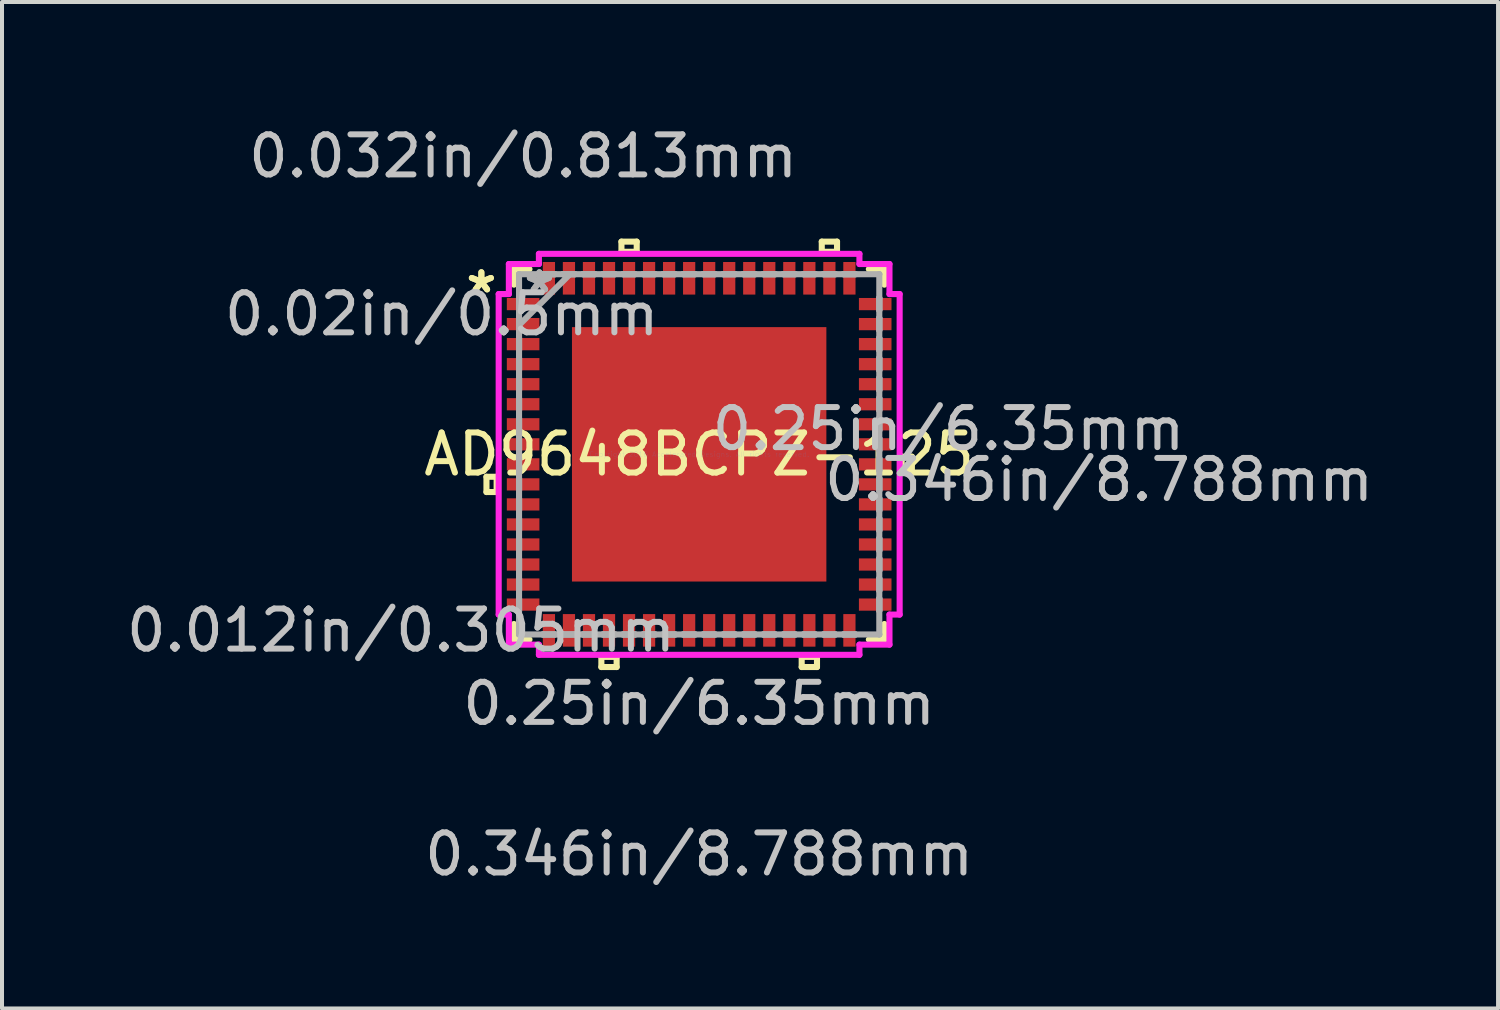
<source format=kicad_pcb>
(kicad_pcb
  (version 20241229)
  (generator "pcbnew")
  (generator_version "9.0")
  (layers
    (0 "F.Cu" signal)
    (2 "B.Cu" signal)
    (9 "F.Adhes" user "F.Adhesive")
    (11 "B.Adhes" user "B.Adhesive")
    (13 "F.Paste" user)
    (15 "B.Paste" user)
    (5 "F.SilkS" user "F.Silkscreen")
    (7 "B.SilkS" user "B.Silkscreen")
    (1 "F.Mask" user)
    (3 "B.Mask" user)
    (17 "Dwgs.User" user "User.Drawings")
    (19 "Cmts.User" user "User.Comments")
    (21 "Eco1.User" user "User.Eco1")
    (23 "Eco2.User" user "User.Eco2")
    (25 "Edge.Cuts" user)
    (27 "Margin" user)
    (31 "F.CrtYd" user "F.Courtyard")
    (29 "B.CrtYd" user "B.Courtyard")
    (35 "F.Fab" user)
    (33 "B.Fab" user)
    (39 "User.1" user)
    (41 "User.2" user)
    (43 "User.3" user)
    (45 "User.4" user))
  (footprint "AD9648BCPZ-125"
    (layer "F.Cu")
    (at 14.401 8.29)
    (property "Reference" "AD9648BCPZ-125" (at 0 0 0) (layer "F.SilkS") (effects (font (size 1 1) (thickness 0.15))))
    (attr through_hole)
    (fp_line (start -5.309 0.56) (end -5.309 0.941) (stroke (width 0.152) (type solid)) (layer "F.SilkS"))
    (fp_line (start -5.309 0.941) (end -5.055 0.941) (stroke (width 0.152) (type solid)) (layer "F.SilkS"))
    (fp_line (start -5.055 0.56) (end -5.309 0.56) (stroke (width 0.152) (type solid)) (layer "F.SilkS"))
    (fp_line (start -5.055 0.941) (end -5.055 0.56) (stroke (width 0.152) (type solid)) (layer "F.SilkS"))
    (fp_line (start -4.623 -4.623) (end -4.623 -4.235) (stroke (width 0.152) (type solid)) (layer "F.SilkS"))
    (fp_line (start -4.623 4.235) (end -4.623 4.623) (stroke (width 0.152) (type solid)) (layer "F.SilkS"))
    (fp_line (start -4.623 4.623) (end -4.235 4.623) (stroke (width 0.152) (type solid)) (layer "F.SilkS"))
    (fp_line (start -4.235 -4.623) (end -4.623 -4.623) (stroke (width 0.152) (type solid)) (layer "F.SilkS"))
    (fp_line (start -2.441 5.055) (end -2.441 5.309) (stroke (width 0.152) (type solid)) (layer "F.SilkS"))
    (fp_line (start -2.441 5.309) (end -2.06 5.309) (stroke (width 0.152) (type solid)) (layer "F.SilkS"))
    (fp_line (start -2.06 5.055) (end -2.441 5.055) (stroke (width 0.152) (type solid)) (layer "F.SilkS"))
    (fp_line (start -2.06 5.309) (end -2.06 5.055) (stroke (width 0.152) (type solid)) (layer "F.SilkS"))
    (fp_line (start -1.94 -5.309) (end -1.559 -5.309) (stroke (width 0.152) (type solid)) (layer "F.SilkS"))
    (fp_line (start -1.94 -5.055) (end -1.94 -5.309) (stroke (width 0.152) (type solid)) (layer "F.SilkS"))
    (fp_line (start -1.559 -5.309) (end -1.559 -5.055) (stroke (width 0.152) (type solid)) (layer "F.SilkS"))
    (fp_line (start -1.559 -5.055) (end -1.94 -5.055) (stroke (width 0.152) (type solid)) (layer "F.SilkS"))
    (fp_line (start 2.559 5.055) (end 2.559 5.309) (stroke (width 0.152) (type solid)) (layer "F.SilkS"))
    (fp_line (start 2.559 5.309) (end 2.941 5.309) (stroke (width 0.152) (type solid)) (layer "F.SilkS"))
    (fp_line (start 2.941 5.055) (end 2.559 5.055) (stroke (width 0.152) (type solid)) (layer "F.SilkS"))
    (fp_line (start 2.941 5.309) (end 2.941 5.055) (stroke (width 0.152) (type solid)) (layer "F.SilkS"))
    (fp_line (start 3.06 -5.309) (end 3.441 -5.309) (stroke (width 0.152) (type solid)) (layer "F.SilkS"))
    (fp_line (start 3.06 -5.055) (end 3.06 -5.309) (stroke (width 0.152) (type solid)) (layer "F.SilkS"))
    (fp_line (start 3.441 -5.309) (end 3.441 -5.055) (stroke (width 0.152) (type solid)) (layer "F.SilkS"))
    (fp_line (start 3.441 -5.055) (end 3.06 -5.055) (stroke (width 0.152) (type solid)) (layer "F.SilkS"))
    (fp_line (start 4.235 4.623) (end 4.623 4.623) (stroke (width 0.152) (type solid)) (layer "F.SilkS"))
    (fp_line (start 4.623 -4.623) (end 4.235 -4.623) (stroke (width 0.152) (type solid)) (layer "F.SilkS"))
    (fp_line (start 4.623 -4.235) (end 4.623 -4.623) (stroke (width 0.152) (type solid)) (layer "F.SilkS"))
    (fp_line (start 4.623 4.623) (end 4.623 4.235) (stroke (width 0.152) (type solid)) (layer "F.SilkS"))
    (fp_line (start 5.055 0.059) (end 5.309 0.059) (stroke (width 0.152) (type solid)) (layer "F.SilkS"))
    (fp_line (start 5.055 0.441) (end 5.055 0.059) (stroke (width 0.152) (type solid)) (layer "F.SilkS"))
    (fp_line (start 5.309 0.059) (end 5.309 0.441) (stroke (width 0.152) (type solid)) (layer "F.SilkS"))
    (fp_line (start 5.309 0.441) (end 5.055 0.441) (stroke (width 0.152) (type solid)) (layer "F.SilkS"))
    (fp_line (start -3.075 -3.075) (end -3.075 -2.005) (stroke (width 0.152) (type solid)) (layer "F.Paste"))
    (fp_line (start -3.075 -2.005) (end -2.005 -2.005) (stroke (width 0.152) (type solid)) (layer "F.Paste"))
    (fp_line (start -3.075 -1.805) (end -3.075 -0.735) (stroke (width 0.152) (type solid)) (layer "F.Paste"))
    (fp_line (start -3.075 -0.735) (end -2.005 -0.735) (stroke (width 0.152) (type solid)) (layer "F.Paste"))
    (fp_line (start -3.075 -0.535) (end -3.075 0.535) (stroke (width 0.152) (type solid)) (layer "F.Paste"))
    (fp_line (start -3.075 0.535) (end -2.005 0.535) (stroke (width 0.152) (type solid)) (layer "F.Paste"))
    (fp_line (start -3.075 0.735) (end -3.075 1.805) (stroke (width 0.152) (type solid)) (layer "F.Paste"))
    (fp_line (start -3.075 1.805) (end -2.005 1.805) (stroke (width 0.152) (type solid)) (layer "F.Paste"))
    (fp_line (start -3.075 2.005) (end -3.075 3.075) (stroke (width 0.152) (type solid)) (layer "F.Paste"))
    (fp_line (start -3.075 3.075) (end -2.005 3.075) (stroke (width 0.152) (type solid)) (layer "F.Paste"))
    (fp_line (start -2.005 -3.075) (end -3.075 -3.075) (stroke (width 0.152) (type solid)) (layer "F.Paste"))
    (fp_line (start -2.005 -2.005) (end -2.005 -3.075) (stroke (width 0.152) (type solid)) (layer "F.Paste"))
    (fp_line (start -2.005 -1.805) (end -3.075 -1.805) (stroke (width 0.152) (type solid)) (layer "F.Paste"))
    (fp_line (start -2.005 -0.735) (end -2.005 -1.805) (stroke (width 0.152) (type solid)) (layer "F.Paste"))
    (fp_line (start -2.005 -0.535) (end -3.075 -0.535) (stroke (width 0.152) (type solid)) (layer "F.Paste"))
    (fp_line (start -2.005 0.535) (end -2.005 -0.535) (stroke (width 0.152) (type solid)) (layer "F.Paste"))
    (fp_line (start -2.005 0.735) (end -3.075 0.735) (stroke (width 0.152) (type solid)) (layer "F.Paste"))
    (fp_line (start -2.005 1.805) (end -2.005 0.735) (stroke (width 0.152) (type solid)) (layer "F.Paste"))
    (fp_line (start -2.005 2.005) (end -3.075 2.005) (stroke (width 0.152) (type solid)) (layer "F.Paste"))
    (fp_line (start -2.005 3.075) (end -2.005 2.005) (stroke (width 0.152) (type solid)) (layer "F.Paste"))
    (fp_line (start -1.805 -3.075) (end -1.805 -2.005) (stroke (width 0.152) (type solid)) (layer "F.Paste"))
    (fp_line (start -1.805 -2.005) (end -0.735 -2.005) (stroke (width 0.152) (type solid)) (layer "F.Paste"))
    (fp_line (start -1.805 -1.805) (end -1.805 -0.735) (stroke (width 0.152) (type solid)) (layer "F.Paste"))
    (fp_line (start -1.805 -0.735) (end -0.735 -0.735) (stroke (width 0.152) (type solid)) (layer "F.Paste"))
    (fp_line (start -1.805 -0.535) (end -1.805 0.535) (stroke (width 0.152) (type solid)) (layer "F.Paste"))
    (fp_line (start -1.805 0.535) (end -0.735 0.535) (stroke (width 0.152) (type solid)) (layer "F.Paste"))
    (fp_line (start -1.805 0.735) (end -1.805 1.805) (stroke (width 0.152) (type solid)) (layer "F.Paste"))
    (fp_line (start -1.805 1.805) (end -0.735 1.805) (stroke (width 0.152) (type solid)) (layer "F.Paste"))
    (fp_line (start -1.805 2.005) (end -1.805 3.075) (stroke (width 0.152) (type solid)) (layer "F.Paste"))
    (fp_line (start -1.805 3.075) (end -0.735 3.075) (stroke (width 0.152) (type solid)) (layer "F.Paste"))
    (fp_line (start -0.735 -3.075) (end -1.805 -3.075) (stroke (width 0.152) (type solid)) (layer "F.Paste"))
    (fp_line (start -0.735 -2.005) (end -0.735 -3.075) (stroke (width 0.152) (type solid)) (layer "F.Paste"))
    (fp_line (start -0.735 -1.805) (end -1.805 -1.805) (stroke (width 0.152) (type solid)) (layer "F.Paste"))
    (fp_line (start -0.735 -0.735) (end -0.735 -1.805) (stroke (width 0.152) (type solid)) (layer "F.Paste"))
    (fp_line (start -0.735 -0.535) (end -1.805 -0.535) (stroke (width 0.152) (type solid)) (layer "F.Paste"))
    (fp_line (start -0.735 0.535) (end -0.735 -0.535) (stroke (width 0.152) (type solid)) (layer "F.Paste"))
    (fp_line (start -0.735 0.735) (end -1.805 0.735) (stroke (width 0.152) (type solid)) (layer "F.Paste"))
    (fp_line (start -0.735 1.805) (end -0.735 0.735) (stroke (width 0.152) (type solid)) (layer "F.Paste"))
    (fp_line (start -0.735 2.005) (end -1.805 2.005) (stroke (width 0.152) (type solid)) (layer "F.Paste"))
    (fp_line (start -0.735 3.075) (end -0.735 2.005) (stroke (width 0.152) (type solid)) (layer "F.Paste"))
    (fp_line (start -0.535 -3.075) (end -0.535 -2.005) (stroke (width 0.152) (type solid)) (layer "F.Paste"))
    (fp_line (start -0.535 -2.005) (end 0.535 -2.005) (stroke (width 0.152) (type solid)) (layer "F.Paste"))
    (fp_line (start -0.535 -1.805) (end -0.535 -0.735) (stroke (width 0.152) (type solid)) (layer "F.Paste"))
    (fp_line (start -0.535 -0.735) (end 0.535 -0.735) (stroke (width 0.152) (type solid)) (layer "F.Paste"))
    (fp_line (start -0.535 -0.535) (end -0.535 0.535) (stroke (width 0.152) (type solid)) (layer "F.Paste"))
    (fp_line (start -0.535 0.535) (end 0.535 0.535) (stroke (width 0.152) (type solid)) (layer "F.Paste"))
    (fp_line (start -0.535 0.735) (end -0.535 1.805) (stroke (width 0.152) (type solid)) (layer "F.Paste"))
    (fp_line (start -0.535 1.805) (end 0.535 1.805) (stroke (width 0.152) (type solid)) (layer "F.Paste"))
    (fp_line (start -0.535 2.005) (end -0.535 3.075) (stroke (width 0.152) (type solid)) (layer "F.Paste"))
    (fp_line (start -0.535 3.075) (end 0.535 3.075) (stroke (width 0.152) (type solid)) (layer "F.Paste"))
    (fp_line (start 0.535 -3.075) (end -0.535 -3.075) (stroke (width 0.152) (type solid)) (layer "F.Paste"))
    (fp_line (start 0.535 -2.005) (end 0.535 -3.075) (stroke (width 0.152) (type solid)) (layer "F.Paste"))
    (fp_line (start 0.535 -1.805) (end -0.535 -1.805) (stroke (width 0.152) (type solid)) (layer "F.Paste"))
    (fp_line (start 0.535 -0.735) (end 0.535 -1.805) (stroke (width 0.152) (type solid)) (layer "F.Paste"))
    (fp_line (start 0.535 -0.535) (end -0.535 -0.535) (stroke (width 0.152) (type solid)) (layer "F.Paste"))
    (fp_line (start 0.535 0.535) (end 0.535 -0.535) (stroke (width 0.152) (type solid)) (layer "F.Paste"))
    (fp_line (start 0.535 0.735) (end -0.535 0.735) (stroke (width 0.152) (type solid)) (layer "F.Paste"))
    (fp_line (start 0.535 1.805) (end 0.535 0.735) (stroke (width 0.152) (type solid)) (layer "F.Paste"))
    (fp_line (start 0.535 2.005) (end -0.535 2.005) (stroke (width 0.152) (type solid)) (layer "F.Paste"))
    (fp_line (start 0.535 3.075) (end 0.535 2.005) (stroke (width 0.152) (type solid)) (layer "F.Paste"))
    (fp_line (start 0.735 -3.075) (end 0.735 -2.005) (stroke (width 0.152) (type solid)) (layer "F.Paste"))
    (fp_line (start 0.735 -2.005) (end 1.805 -2.005) (stroke (width 0.152) (type solid)) (layer "F.Paste"))
    (fp_line (start 0.735 -1.805) (end 0.735 -0.735) (stroke (width 0.152) (type solid)) (layer "F.Paste"))
    (fp_line (start 0.735 -0.735) (end 1.805 -0.735) (stroke (width 0.152) (type solid)) (layer "F.Paste"))
    (fp_line (start 0.735 -0.535) (end 0.735 0.535) (stroke (width 0.152) (type solid)) (layer "F.Paste"))
    (fp_line (start 0.735 0.535) (end 1.805 0.535) (stroke (width 0.152) (type solid)) (layer "F.Paste"))
    (fp_line (start 0.735 0.735) (end 0.735 1.805) (stroke (width 0.152) (type solid)) (layer "F.Paste"))
    (fp_line (start 0.735 1.805) (end 1.805 1.805) (stroke (width 0.152) (type solid)) (layer "F.Paste"))
    (fp_line (start 0.735 2.005) (end 0.735 3.075) (stroke (width 0.152) (type solid)) (layer "F.Paste"))
    (fp_line (start 0.735 3.075) (end 1.805 3.075) (stroke (width 0.152) (type solid)) (layer "F.Paste"))
    (fp_line (start 1.805 -3.075) (end 0.735 -3.075) (stroke (width 0.152) (type solid)) (layer "F.Paste"))
    (fp_line (start 1.805 -2.005) (end 1.805 -3.075) (stroke (width 0.152) (type solid)) (layer "F.Paste"))
    (fp_line (start 1.805 -1.805) (end 0.735 -1.805) (stroke (width 0.152) (type solid)) (layer "F.Paste"))
    (fp_line (start 1.805 -0.735) (end 1.805 -1.805) (stroke (width 0.152) (type solid)) (layer "F.Paste"))
    (fp_line (start 1.805 -0.535) (end 0.735 -0.535) (stroke (width 0.152) (type solid)) (layer "F.Paste"))
    (fp_line (start 1.805 0.535) (end 1.805 -0.535) (stroke (width 0.152) (type solid)) (layer "F.Paste"))
    (fp_line (start 1.805 0.735) (end 0.735 0.735) (stroke (width 0.152) (type solid)) (layer "F.Paste"))
    (fp_line (start 1.805 1.805) (end 1.805 0.735) (stroke (width 0.152) (type solid)) (layer "F.Paste"))
    (fp_line (start 1.805 2.005) (end 0.735 2.005) (stroke (width 0.152) (type solid)) (layer "F.Paste"))
    (fp_line (start 1.805 3.075) (end 1.805 2.005) (stroke (width 0.152) (type solid)) (layer "F.Paste"))
    (fp_line (start 2.005 -3.075) (end 2.005 -2.005) (stroke (width 0.152) (type solid)) (layer "F.Paste"))
    (fp_line (start 2.005 -2.005) (end 3.075 -2.005) (stroke (width 0.152) (type solid)) (layer "F.Paste"))
    (fp_line (start 2.005 -1.805) (end 2.005 -0.735) (stroke (width 0.152) (type solid)) (layer "F.Paste"))
    (fp_line (start 2.005 -0.735) (end 3.075 -0.735) (stroke (width 0.152) (type solid)) (layer "F.Paste"))
    (fp_line (start 2.005 -0.535) (end 2.005 0.535) (stroke (width 0.152) (type solid)) (layer "F.Paste"))
    (fp_line (start 2.005 0.535) (end 3.075 0.535) (stroke (width 0.152) (type solid)) (layer "F.Paste"))
    (fp_line (start 2.005 0.735) (end 2.005 1.805) (stroke (width 0.152) (type solid)) (layer "F.Paste"))
    (fp_line (start 2.005 1.805) (end 3.075 1.805) (stroke (width 0.152) (type solid)) (layer "F.Paste"))
    (fp_line (start 2.005 2.005) (end 2.005 3.075) (stroke (width 0.152) (type solid)) (layer "F.Paste"))
    (fp_line (start 2.005 3.075) (end 3.075 3.075) (stroke (width 0.152) (type solid)) (layer "F.Paste"))
    (fp_line (start 3.075 -3.075) (end 2.005 -3.075) (stroke (width 0.152) (type solid)) (layer "F.Paste"))
    (fp_line (start 3.075 -2.005) (end 3.075 -3.075) (stroke (width 0.152) (type solid)) (layer "F.Paste"))
    (fp_line (start 3.075 -1.805) (end 2.005 -1.805) (stroke (width 0.152) (type solid)) (layer "F.Paste"))
    (fp_line (start 3.075 -0.735) (end 3.075 -1.805) (stroke (width 0.152) (type solid)) (layer "F.Paste"))
    (fp_line (start 3.075 -0.535) (end 2.005 -0.535) (stroke (width 0.152) (type solid)) (layer "F.Paste"))
    (fp_line (start 3.075 0.535) (end 3.075 -0.535) (stroke (width 0.152) (type solid)) (layer "F.Paste"))
    (fp_line (start 3.075 0.735) (end 2.005 0.735) (stroke (width 0.152) (type solid)) (layer "F.Paste"))
    (fp_line (start 3.075 1.805) (end 3.075 0.735) (stroke (width 0.152) (type solid)) (layer "F.Paste"))
    (fp_line (start 3.075 2.005) (end 2.005 2.005) (stroke (width 0.152) (type solid)) (layer "F.Paste"))
    (fp_line (start 3.075 3.075) (end 3.075 2.005) (stroke (width 0.152) (type solid)) (layer "F.Paste"))
    (fp_line (start -5.004 -4) (end -4.75 -4) (stroke (width 0.152) (type solid)) (layer "F.CrtYd"))
    (fp_line (start -5.004 4) (end -5.004 -4) (stroke (width 0.152) (type solid)) (layer "F.CrtYd"))
    (fp_line (start -4.75 -4.75) (end -4 -4.75) (stroke (width 0.152) (type solid)) (layer "F.CrtYd"))
    (fp_line (start -4.75 -4) (end -4.75 -4.75) (stroke (width 0.152) (type solid)) (layer "F.CrtYd"))
    (fp_line (start -4.75 4) (end -5.004 4) (stroke (width 0.152) (type solid)) (layer "F.CrtYd"))
    (fp_line (start -4.75 4.75) (end -4.75 4) (stroke (width 0.152) (type solid)) (layer "F.CrtYd"))
    (fp_line (start -4 -5.004) (end 4 -5.004) (stroke (width 0.152) (type solid)) (layer "F.CrtYd"))
    (fp_line (start -4 -4.75) (end -4 -5.004) (stroke (width 0.152) (type solid)) (layer "F.CrtYd"))
    (fp_line (start -4 4.75) (end -4.75 4.75) (stroke (width 0.152) (type solid)) (layer "F.CrtYd"))
    (fp_line (start -4 5.004) (end -4 4.75) (stroke (width 0.152) (type solid)) (layer "F.CrtYd"))
    (fp_line (start 4 -5.004) (end 4 -4.75) (stroke (width 0.152) (type solid)) (layer "F.CrtYd"))
    (fp_line (start 4 -4.75) (end 4.75 -4.75) (stroke (width 0.152) (type solid)) (layer "F.CrtYd"))
    (fp_line (start 4 4.75) (end 4 5.004) (stroke (width 0.152) (type solid)) (layer "F.CrtYd"))
    (fp_line (start 4 5.004) (end -4 5.004) (stroke (width 0.152) (type solid)) (layer "F.CrtYd"))
    (fp_line (start 4.75 -4.75) (end 4.75 -4) (stroke (width 0.152) (type solid)) (layer "F.CrtYd"))
    (fp_line (start 4.75 -4) (end 5.004 -4) (stroke (width 0.152) (type solid)) (layer "F.CrtYd"))
    (fp_line (start 4.75 4) (end 4.75 4.75) (stroke (width 0.152) (type solid)) (layer "F.CrtYd"))
    (fp_line (start 4.75 4.75) (end 4 4.75) (stroke (width 0.152) (type solid)) (layer "F.CrtYd"))
    (fp_line (start 5.004 -4) (end 5.004 4) (stroke (width 0.152) (type solid)) (layer "F.CrtYd"))
    (fp_line (start 5.004 4) (end 4.75 4) (stroke (width 0.152) (type solid)) (layer "F.CrtYd"))
    (fp_line (start -4.496 -4.496) (end -4.496 -4.496) (stroke (width 0.152) (type solid)) (layer "F.Fab"))
    (fp_line (start -4.496 -4.496) (end -4.496 4.496) (stroke (width 0.152) (type solid)) (layer "F.Fab"))
    (fp_line (start -4.496 -3.902) (end -4.496 -3.902) (stroke (width 0.152) (type solid)) (layer "F.Fab"))
    (fp_line (start -4.496 -3.902) (end -4.496 -3.598) (stroke (width 0.152) (type solid)) (layer "F.Fab"))
    (fp_line (start -4.496 -3.598) (end -4.496 -3.902) (stroke (width 0.152) (type solid)) (layer "F.Fab"))
    (fp_line (start -4.496 -3.598) (end -4.496 -3.598) (stroke (width 0.152) (type solid)) (layer "F.Fab"))
    (fp_line (start -4.496 -3.402) (end -4.496 -3.402) (stroke (width 0.152) (type solid)) (layer "F.Fab"))
    (fp_line (start -4.496 -3.402) (end -4.496 -3.098) (stroke (width 0.152) (type solid)) (layer "F.Fab"))
    (fp_line (start -4.496 -3.226) (end -3.226 -4.496) (stroke (width 0.152) (type solid)) (layer "F.Fab"))
    (fp_line (start -4.496 -3.098) (end -4.496 -3.402) (stroke (width 0.152) (type solid)) (layer "F.Fab"))
    (fp_line (start -4.496 -3.098) (end -4.496 -3.098) (stroke (width 0.152) (type solid)) (layer "F.Fab"))
    (fp_line (start -4.496 -2.902) (end -4.496 -2.902) (stroke (width 0.152) (type solid)) (layer "F.Fab"))
    (fp_line (start -4.496 -2.902) (end -4.496 -2.598) (stroke (width 0.152) (type solid)) (layer "F.Fab"))
    (fp_line (start -4.496 -2.598) (end -4.496 -2.902) (stroke (width 0.152) (type solid)) (layer "F.Fab"))
    (fp_line (start -4.496 -2.598) (end -4.496 -2.598) (stroke (width 0.152) (type solid)) (layer "F.Fab"))
    (fp_line (start -4.496 -2.402) (end -4.496 -2.402) (stroke (width 0.152) (type solid)) (layer "F.Fab"))
    (fp_line (start -4.496 -2.402) (end -4.496 -2.098) (stroke (width 0.152) (type solid)) (layer "F.Fab"))
    (fp_line (start -4.496 -2.098) (end -4.496 -2.402) (stroke (width 0.152) (type solid)) (layer "F.Fab"))
    (fp_line (start -4.496 -2.098) (end -4.496 -2.098) (stroke (width 0.152) (type solid)) (layer "F.Fab"))
    (fp_line (start -4.496 -1.902) (end -4.496 -1.902) (stroke (width 0.152) (type solid)) (layer "F.Fab"))
    (fp_line (start -4.496 -1.902) (end -4.496 -1.598) (stroke (width 0.152) (type solid)) (layer "F.Fab"))
    (fp_line (start -4.496 -1.598) (end -4.496 -1.902) (stroke (width 0.152) (type solid)) (layer "F.Fab"))
    (fp_line (start -4.496 -1.598) (end -4.496 -1.598) (stroke (width 0.152) (type solid)) (layer "F.Fab"))
    (fp_line (start -4.496 -1.402) (end -4.496 -1.402) (stroke (width 0.152) (type solid)) (layer "F.Fab"))
    (fp_line (start -4.496 -1.402) (end -4.496 -1.098) (stroke (width 0.152) (type solid)) (layer "F.Fab"))
    (fp_line (start -4.496 -1.098) (end -4.496 -1.402) (stroke (width 0.152) (type solid)) (layer "F.Fab"))
    (fp_line (start -4.496 -1.098) (end -4.496 -1.098) (stroke (width 0.152) (type solid)) (layer "F.Fab"))
    (fp_line (start -4.496 -0.902) (end -4.496 -0.902) (stroke (width 0.152) (type solid)) (layer "F.Fab"))
    (fp_line (start -4.496 -0.902) (end -4.496 -0.598) (stroke (width 0.152) (type solid)) (layer "F.Fab"))
    (fp_line (start -4.496 -0.598) (end -4.496 -0.902) (stroke (width 0.152) (type solid)) (layer "F.Fab"))
    (fp_line (start -4.496 -0.598) (end -4.496 -0.598) (stroke (width 0.152) (type solid)) (layer "F.Fab"))
    (fp_line (start -4.496 -0.402) (end -4.496 -0.402) (stroke (width 0.152) (type solid)) (layer "F.Fab"))
    (fp_line (start -4.496 -0.402) (end -4.496 -0.098) (stroke (width 0.152) (type solid)) (layer "F.Fab"))
    (fp_line (start -4.496 -0.098) (end -4.496 -0.402) (stroke (width 0.152) (type solid)) (layer "F.Fab"))
    (fp_line (start -4.496 -0.098) (end -4.496 -0.098) (stroke (width 0.152) (type solid)) (layer "F.Fab"))
    (fp_line (start -4.496 0.098) (end -4.496 0.098) (stroke (width 0.152) (type solid)) (layer "F.Fab"))
    (fp_line (start -4.496 0.098) (end -4.496 0.402) (stroke (width 0.152) (type solid)) (layer "F.Fab"))
    (fp_line (start -4.496 0.402) (end -4.496 0.098) (stroke (width 0.152) (type solid)) (layer "F.Fab"))
    (fp_line (start -4.496 0.402) (end -4.496 0.402) (stroke (width 0.152) (type solid)) (layer "F.Fab"))
    (fp_line (start -4.496 0.598) (end -4.496 0.598) (stroke (width 0.152) (type solid)) (layer "F.Fab"))
    (fp_line (start -4.496 0.598) (end -4.496 0.902) (stroke (width 0.152) (type solid)) (layer "F.Fab"))
    (fp_line (start -4.496 0.902) (end -4.496 0.598) (stroke (width 0.152) (type solid)) (layer "F.Fab"))
    (fp_line (start -4.496 0.902) (end -4.496 0.902) (stroke (width 0.152) (type solid)) (layer "F.Fab"))
    (fp_line (start -4.496 1.098) (end -4.496 1.098) (stroke (width 0.152) (type solid)) (layer "F.Fab"))
    (fp_line (start -4.496 1.098) (end -4.496 1.402) (stroke (width 0.152) (type solid)) (layer "F.Fab"))
    (fp_line (start -4.496 1.402) (end -4.496 1.098) (stroke (width 0.152) (type solid)) (layer "F.Fab"))
    (fp_line (start -4.496 1.402) (end -4.496 1.402) (stroke (width 0.152) (type solid)) (layer "F.Fab"))
    (fp_line (start -4.496 1.598) (end -4.496 1.598) (stroke (width 0.152) (type solid)) (layer "F.Fab"))
    (fp_line (start -4.496 1.598) (end -4.496 1.902) (stroke (width 0.152) (type solid)) (layer "F.Fab"))
    (fp_line (start -4.496 1.902) (end -4.496 1.598) (stroke (width 0.152) (type solid)) (layer "F.Fab"))
    (fp_line (start -4.496 1.902) (end -4.496 1.902) (stroke (width 0.152) (type solid)) (layer "F.Fab"))
    (fp_line (start -4.496 2.098) (end -4.496 2.098) (stroke (width 0.152) (type solid)) (layer "F.Fab"))
    (fp_line (start -4.496 2.098) (end -4.496 2.402) (stroke (width 0.152) (type solid)) (layer "F.Fab"))
    (fp_line (start -4.496 2.402) (end -4.496 2.098) (stroke (width 0.152) (type solid)) (layer "F.Fab"))
    (fp_line (start -4.496 2.402) (end -4.496 2.402) (stroke (width 0.152) (type solid)) (layer "F.Fab"))
    (fp_line (start -4.496 2.598) (end -4.496 2.598) (stroke (width 0.152) (type solid)) (layer "F.Fab"))
    (fp_line (start -4.496 2.598) (end -4.496 2.902) (stroke (width 0.152) (type solid)) (layer "F.Fab"))
    (fp_line (start -4.496 2.902) (end -4.496 2.598) (stroke (width 0.152) (type solid)) (layer "F.Fab"))
    (fp_line (start -4.496 2.902) (end -4.496 2.902) (stroke (width 0.152) (type solid)) (layer "F.Fab"))
    (fp_line (start -4.496 3.098) (end -4.496 3.098) (stroke (width 0.152) (type solid)) (layer "F.Fab"))
    (fp_line (start -4.496 3.098) (end -4.496 3.402) (stroke (width 0.152) (type solid)) (layer "F.Fab"))
    (fp_line (start -4.496 3.402) (end -4.496 3.098) (stroke (width 0.152) (type solid)) (layer "F.Fab"))
    (fp_line (start -4.496 3.402) (end -4.496 3.402) (stroke (width 0.152) (type solid)) (layer "F.Fab"))
    (fp_line (start -4.496 3.598) (end -4.496 3.598) (stroke (width 0.152) (type solid)) (layer "F.Fab"))
    (fp_line (start -4.496 3.598) (end -4.496 3.902) (stroke (width 0.152) (type solid)) (layer "F.Fab"))
    (fp_line (start -4.496 3.902) (end -4.496 3.598) (stroke (width 0.152) (type solid)) (layer "F.Fab"))
    (fp_line (start -4.496 3.902) (end -4.496 3.902) (stroke (width 0.152) (type solid)) (layer "F.Fab"))
    (fp_line (start -4.496 4.496) (end -4.496 4.496) (stroke (width 0.152) (type solid)) (layer "F.Fab"))
    (fp_line (start -4.496 4.496) (end 4.496 4.496) (stroke (width 0.152) (type solid)) (layer "F.Fab"))
    (fp_line (start -3.902 -4.496) (end -3.902 -4.496) (stroke (width 0.152) (type solid)) (layer "F.Fab"))
    (fp_line (start -3.902 -4.496) (end -3.598 -4.496) (stroke (width 0.152) (type solid)) (layer "F.Fab"))
    (fp_line (start -3.902 4.496) (end -3.902 4.496) (stroke (width 0.152) (type solid)) (layer "F.Fab"))
    (fp_line (start -3.902 4.496) (end -3.598 4.496) (stroke (width 0.152) (type solid)) (layer "F.Fab"))
    (fp_line (start -3.598 -4.496) (end -3.902 -4.496) (stroke (width 0.152) (type solid)) (layer "F.Fab"))
    (fp_line (start -3.598 -4.496) (end -3.598 -4.496) (stroke (width 0.152) (type solid)) (layer "F.Fab"))
    (fp_line (start -3.598 4.496) (end -3.902 4.496) (stroke (width 0.152) (type solid)) (layer "F.Fab"))
    (fp_line (start -3.598 4.496) (end -3.598 4.496) (stroke (width 0.152) (type solid)) (layer "F.Fab"))
    (fp_line (start -3.402 -4.496) (end -3.402 -4.496) (stroke (width 0.152) (type solid)) (layer "F.Fab"))
    (fp_line (start -3.402 -4.496) (end -3.098 -4.496) (stroke (width 0.152) (type solid)) (layer "F.Fab"))
    (fp_line (start -3.402 4.496) (end -3.402 4.496) (stroke (width 0.152) (type solid)) (layer "F.Fab"))
    (fp_line (start -3.402 4.496) (end -3.098 4.496) (stroke (width 0.152) (type solid)) (layer "F.Fab"))
    (fp_line (start -3.098 -4.496) (end -3.402 -4.496) (stroke (width 0.152) (type solid)) (layer "F.Fab"))
    (fp_line (start -3.098 -4.496) (end -3.098 -4.496) (stroke (width 0.152) (type solid)) (layer "F.Fab"))
    (fp_line (start -3.098 4.496) (end -3.402 4.496) (stroke (width 0.152) (type solid)) (layer "F.Fab"))
    (fp_line (start -3.098 4.496) (end -3.098 4.496) (stroke (width 0.152) (type solid)) (layer "F.Fab"))
    (fp_line (start -2.902 -4.496) (end -2.902 -4.496) (stroke (width 0.152) (type solid)) (layer "F.Fab"))
    (fp_line (start -2.902 -4.496) (end -2.598 -4.496) (stroke (width 0.152) (type solid)) (layer "F.Fab"))
    (fp_line (start -2.902 4.496) (end -2.902 4.496) (stroke (width 0.152) (type solid)) (layer "F.Fab"))
    (fp_line (start -2.902 4.496) (end -2.598 4.496) (stroke (width 0.152) (type solid)) (layer "F.Fab"))
    (fp_line (start -2.598 -4.496) (end -2.902 -4.496) (stroke (width 0.152) (type solid)) (layer "F.Fab"))
    (fp_line (start -2.598 -4.496) (end -2.598 -4.496) (stroke (width 0.152) (type solid)) (layer "F.Fab"))
    (fp_line (start -2.598 4.496) (end -2.902 4.496) (stroke (width 0.152) (type solid)) (layer "F.Fab"))
    (fp_line (start -2.598 4.496) (end -2.598 4.496) (stroke (width 0.152) (type solid)) (layer "F.Fab"))
    (fp_line (start -2.402 -4.496) (end -2.402 -4.496) (stroke (width 0.152) (type solid)) (layer "F.Fab"))
    (fp_line (start -2.402 -4.496) (end -2.098 -4.496) (stroke (width 0.152) (type solid)) (layer "F.Fab"))
    (fp_line (start -2.402 4.496) (end -2.402 4.496) (stroke (width 0.152) (type solid)) (layer "F.Fab"))
    (fp_line (start -2.402 4.496) (end -2.098 4.496) (stroke (width 0.152) (type solid)) (layer "F.Fab"))
    (fp_line (start -2.098 -4.496) (end -2.402 -4.496) (stroke (width 0.152) (type solid)) (layer "F.Fab"))
    (fp_line (start -2.098 -4.496) (end -2.098 -4.496) (stroke (width 0.152) (type solid)) (layer "F.Fab"))
    (fp_line (start -2.098 4.496) (end -2.402 4.496) (stroke (width 0.152) (type solid)) (layer "F.Fab"))
    (fp_line (start -2.098 4.496) (end -2.098 4.496) (stroke (width 0.152) (type solid)) (layer "F.Fab"))
    (fp_line (start -1.902 -4.496) (end -1.902 -4.496) (stroke (width 0.152) (type solid)) (layer "F.Fab"))
    (fp_line (start -1.902 -4.496) (end -1.598 -4.496) (stroke (width 0.152) (type solid)) (layer "F.Fab"))
    (fp_line (start -1.902 4.496) (end -1.902 4.496) (stroke (width 0.152) (type solid)) (layer "F.Fab"))
    (fp_line (start -1.902 4.496) (end -1.598 4.496) (stroke (width 0.152) (type solid)) (layer "F.Fab"))
    (fp_line (start -1.598 -4.496) (end -1.902 -4.496) (stroke (width 0.152) (type solid)) (layer "F.Fab"))
    (fp_line (start -1.598 -4.496) (end -1.598 -4.496) (stroke (width 0.152) (type solid)) (layer "F.Fab"))
    (fp_line (start -1.598 4.496) (end -1.902 4.496) (stroke (width 0.152) (type solid)) (layer "F.Fab"))
    (fp_line (start -1.598 4.496) (end -1.598 4.496) (stroke (width 0.152) (type solid)) (layer "F.Fab"))
    (fp_line (start -1.402 -4.496) (end -1.402 -4.496) (stroke (width 0.152) (type solid)) (layer "F.Fab"))
    (fp_line (start -1.402 -4.496) (end -1.098 -4.496) (stroke (width 0.152) (type solid)) (layer "F.Fab"))
    (fp_line (start -1.402 4.496) (end -1.402 4.496) (stroke (width 0.152) (type solid)) (layer "F.Fab"))
    (fp_line (start -1.402 4.496) (end -1.098 4.496) (stroke (width 0.152) (type solid)) (layer "F.Fab"))
    (fp_line (start -1.098 -4.496) (end -1.402 -4.496) (stroke (width 0.152) (type solid)) (layer "F.Fab"))
    (fp_line (start -1.098 -4.496) (end -1.098 -4.496) (stroke (width 0.152) (type solid)) (layer "F.Fab"))
    (fp_line (start -1.098 4.496) (end -1.402 4.496) (stroke (width 0.152) (type solid)) (layer "F.Fab"))
    (fp_line (start -1.098 4.496) (end -1.098 4.496) (stroke (width 0.152) (type solid)) (layer "F.Fab"))
    (fp_line (start -0.902 -4.496) (end -0.902 -4.496) (stroke (width 0.152) (type solid)) (layer "F.Fab"))
    (fp_line (start -0.902 -4.496) (end -0.598 -4.496) (stroke (width 0.152) (type solid)) (layer "F.Fab"))
    (fp_line (start -0.902 4.496) (end -0.902 4.496) (stroke (width 0.152) (type solid)) (layer "F.Fab"))
    (fp_line (start -0.902 4.496) (end -0.598 4.496) (stroke (width 0.152) (type solid)) (layer "F.Fab"))
    (fp_line (start -0.598 -4.496) (end -0.902 -4.496) (stroke (width 0.152) (type solid)) (layer "F.Fab"))
    (fp_line (start -0.598 -4.496) (end -0.598 -4.496) (stroke (width 0.152) (type solid)) (layer "F.Fab"))
    (fp_line (start -0.598 4.496) (end -0.902 4.496) (stroke (width 0.152) (type solid)) (layer "F.Fab"))
    (fp_line (start -0.598 4.496) (end -0.598 4.496) (stroke (width 0.152) (type solid)) (layer "F.Fab"))
    (fp_line (start -0.402 -4.496) (end -0.402 -4.496) (stroke (width 0.152) (type solid)) (layer "F.Fab"))
    (fp_line (start -0.402 -4.496) (end -0.098 -4.496) (stroke (width 0.152) (type solid)) (layer "F.Fab"))
    (fp_line (start -0.402 4.496) (end -0.402 4.496) (stroke (width 0.152) (type solid)) (layer "F.Fab"))
    (fp_line (start -0.402 4.496) (end -0.098 4.496) (stroke (width 0.152) (type solid)) (layer "F.Fab"))
    (fp_line (start -0.098 -4.496) (end -0.402 -4.496) (stroke (width 0.152) (type solid)) (layer "F.Fab"))
    (fp_line (start -0.098 -4.496) (end -0.098 -4.496) (stroke (width 0.152) (type solid)) (layer "F.Fab"))
    (fp_line (start -0.098 4.496) (end -0.402 4.496) (stroke (width 0.152) (type solid)) (layer "F.Fab"))
    (fp_line (start -0.098 4.496) (end -0.098 4.496) (stroke (width 0.152) (type solid)) (layer "F.Fab"))
    (fp_line (start 0.098 -4.496) (end 0.098 -4.496) (stroke (width 0.152) (type solid)) (layer "F.Fab"))
    (fp_line (start 0.098 -4.496) (end 0.402 -4.496) (stroke (width 0.152) (type solid)) (layer "F.Fab"))
    (fp_line (start 0.098 4.496) (end 0.098 4.496) (stroke (width 0.152) (type solid)) (layer "F.Fab"))
    (fp_line (start 0.098 4.496) (end 0.402 4.496) (stroke (width 0.152) (type solid)) (layer "F.Fab"))
    (fp_line (start 0.402 -4.496) (end 0.098 -4.496) (stroke (width 0.152) (type solid)) (layer "F.Fab"))
    (fp_line (start 0.402 -4.496) (end 0.402 -4.496) (stroke (width 0.152) (type solid)) (layer "F.Fab"))
    (fp_line (start 0.402 4.496) (end 0.098 4.496) (stroke (width 0.152) (type solid)) (layer "F.Fab"))
    (fp_line (start 0.402 4.496) (end 0.402 4.496) (stroke (width 0.152) (type solid)) (layer "F.Fab"))
    (fp_line (start 0.598 -4.496) (end 0.598 -4.496) (stroke (width 0.152) (type solid)) (layer "F.Fab"))
    (fp_line (start 0.598 -4.496) (end 0.902 -4.496) (stroke (width 0.152) (type solid)) (layer "F.Fab"))
    (fp_line (start 0.598 4.496) (end 0.598 4.496) (stroke (width 0.152) (type solid)) (layer "F.Fab"))
    (fp_line (start 0.598 4.496) (end 0.902 4.496) (stroke (width 0.152) (type solid)) (layer "F.Fab"))
    (fp_line (start 0.902 -4.496) (end 0.598 -4.496) (stroke (width 0.152) (type solid)) (layer "F.Fab"))
    (fp_line (start 0.902 -4.496) (end 0.902 -4.496) (stroke (width 0.152) (type solid)) (layer "F.Fab"))
    (fp_line (start 0.902 4.496) (end 0.598 4.496) (stroke (width 0.152) (type solid)) (layer "F.Fab"))
    (fp_line (start 0.902 4.496) (end 0.902 4.496) (stroke (width 0.152) (type solid)) (layer "F.Fab"))
    (fp_line (start 1.098 -4.496) (end 1.098 -4.496) (stroke (width 0.152) (type solid)) (layer "F.Fab"))
    (fp_line (start 1.098 -4.496) (end 1.402 -4.496) (stroke (width 0.152) (type solid)) (layer "F.Fab"))
    (fp_line (start 1.098 4.496) (end 1.098 4.496) (stroke (width 0.152) (type solid)) (layer "F.Fab"))
    (fp_line (start 1.098 4.496) (end 1.402 4.496) (stroke (width 0.152) (type solid)) (layer "F.Fab"))
    (fp_line (start 1.402 -4.496) (end 1.098 -4.496) (stroke (width 0.152) (type solid)) (layer "F.Fab"))
    (fp_line (start 1.402 -4.496) (end 1.402 -4.496) (stroke (width 0.152) (type solid)) (layer "F.Fab"))
    (fp_line (start 1.402 4.496) (end 1.098 4.496) (stroke (width 0.152) (type solid)) (layer "F.Fab"))
    (fp_line (start 1.402 4.496) (end 1.402 4.496) (stroke (width 0.152) (type solid)) (layer "F.Fab"))
    (fp_line (start 1.598 -4.496) (end 1.598 -4.496) (stroke (width 0.152) (type solid)) (layer "F.Fab"))
    (fp_line (start 1.598 -4.496) (end 1.902 -4.496) (stroke (width 0.152) (type solid)) (layer "F.Fab"))
    (fp_line (start 1.598 4.496) (end 1.598 4.496) (stroke (width 0.152) (type solid)) (layer "F.Fab"))
    (fp_line (start 1.598 4.496) (end 1.902 4.496) (stroke (width 0.152) (type solid)) (layer "F.Fab"))
    (fp_line (start 1.902 -4.496) (end 1.598 -4.496) (stroke (width 0.152) (type solid)) (layer "F.Fab"))
    (fp_line (start 1.902 -4.496) (end 1.902 -4.496) (stroke (width 0.152) (type solid)) (layer "F.Fab"))
    (fp_line (start 1.902 4.496) (end 1.598 4.496) (stroke (width 0.152) (type solid)) (layer "F.Fab"))
    (fp_line (start 1.902 4.496) (end 1.902 4.496) (stroke (width 0.152) (type solid)) (layer "F.Fab"))
    (fp_line (start 2.098 -4.496) (end 2.098 -4.496) (stroke (width 0.152) (type solid)) (layer "F.Fab"))
    (fp_line (start 2.098 -4.496) (end 2.402 -4.496) (stroke (width 0.152) (type solid)) (layer "F.Fab"))
    (fp_line (start 2.098 4.496) (end 2.098 4.496) (stroke (width 0.152) (type solid)) (layer "F.Fab"))
    (fp_line (start 2.098 4.496) (end 2.402 4.496) (stroke (width 0.152) (type solid)) (layer "F.Fab"))
    (fp_line (start 2.402 -4.496) (end 2.098 -4.496) (stroke (width 0.152) (type solid)) (layer "F.Fab"))
    (fp_line (start 2.402 -4.496) (end 2.402 -4.496) (stroke (width 0.152) (type solid)) (layer "F.Fab"))
    (fp_line (start 2.402 4.496) (end 2.098 4.496) (stroke (width 0.152) (type solid)) (layer "F.Fab"))
    (fp_line (start 2.402 4.496) (end 2.402 4.496) (stroke (width 0.152) (type solid)) (layer "F.Fab"))
    (fp_line (start 2.598 -4.496) (end 2.598 -4.496) (stroke (width 0.152) (type solid)) (layer "F.Fab"))
    (fp_line (start 2.598 -4.496) (end 2.902 -4.496) (stroke (width 0.152) (type solid)) (layer "F.Fab"))
    (fp_line (start 2.598 4.496) (end 2.598 4.496) (stroke (width 0.152) (type solid)) (layer "F.Fab"))
    (fp_line (start 2.598 4.496) (end 2.902 4.496) (stroke (width 0.152) (type solid)) (layer "F.Fab"))
    (fp_line (start 2.902 -4.496) (end 2.598 -4.496) (stroke (width 0.152) (type solid)) (layer "F.Fab"))
    (fp_line (start 2.902 -4.496) (end 2.902 -4.496) (stroke (width 0.152) (type solid)) (layer "F.Fab"))
    (fp_line (start 2.902 4.496) (end 2.598 4.496) (stroke (width 0.152) (type solid)) (layer "F.Fab"))
    (fp_line (start 2.902 4.496) (end 2.902 4.496) (stroke (width 0.152) (type solid)) (layer "F.Fab"))
    (fp_line (start 3.098 -4.496) (end 3.098 -4.496) (stroke (width 0.152) (type solid)) (layer "F.Fab"))
    (fp_line (start 3.098 -4.496) (end 3.402 -4.496) (stroke (width 0.152) (type solid)) (layer "F.Fab"))
    (fp_line (start 3.098 4.496) (end 3.098 4.496) (stroke (width 0.152) (type solid)) (layer "F.Fab"))
    (fp_line (start 3.098 4.496) (end 3.402 4.496) (stroke (width 0.152) (type solid)) (layer "F.Fab"))
    (fp_line (start 3.402 -4.496) (end 3.098 -4.496) (stroke (width 0.152) (type solid)) (layer "F.Fab"))
    (fp_line (start 3.402 -4.496) (end 3.402 -4.496) (stroke (width 0.152) (type solid)) (layer "F.Fab"))
    (fp_line (start 3.402 4.496) (end 3.098 4.496) (stroke (width 0.152) (type solid)) (layer "F.Fab"))
    (fp_line (start 3.402 4.496) (end 3.402 4.496) (stroke (width 0.152) (type solid)) (layer "F.Fab"))
    (fp_line (start 3.598 -4.496) (end 3.598 -4.496) (stroke (width 0.152) (type solid)) (layer "F.Fab"))
    (fp_line (start 3.598 -4.496) (end 3.902 -4.496) (stroke (width 0.152) (type solid)) (layer "F.Fab"))
    (fp_line (start 3.598 4.496) (end 3.598 4.496) (stroke (width 0.152) (type solid)) (layer "F.Fab"))
    (fp_line (start 3.598 4.496) (end 3.902 4.496) (stroke (width 0.152) (type solid)) (layer "F.Fab"))
    (fp_line (start 3.902 -4.496) (end 3.598 -4.496) (stroke (width 0.152) (type solid)) (layer "F.Fab"))
    (fp_line (start 3.902 -4.496) (end 3.902 -4.496) (stroke (width 0.152) (type solid)) (layer "F.Fab"))
    (fp_line (start 3.902 4.496) (end 3.598 4.496) (stroke (width 0.152) (type solid)) (layer "F.Fab"))
    (fp_line (start 3.902 4.496) (end 3.902 4.496) (stroke (width 0.152) (type solid)) (layer "F.Fab"))
    (fp_line (start 4.496 -4.496) (end -4.496 -4.496) (stroke (width 0.152) (type solid)) (layer "F.Fab"))
    (fp_line (start 4.496 -4.496) (end 4.496 -4.496) (stroke (width 0.152) (type solid)) (layer "F.Fab"))
    (fp_line (start 4.496 -3.902) (end 4.496 -3.902) (stroke (width 0.152) (type solid)) (layer "F.Fab"))
    (fp_line (start 4.496 -3.902) (end 4.496 -3.598) (stroke (width 0.152) (type solid)) (layer "F.Fab"))
    (fp_line (start 4.496 -3.598) (end 4.496 -3.902) (stroke (width 0.152) (type solid)) (layer "F.Fab"))
    (fp_line (start 4.496 -3.598) (end 4.496 -3.598) (stroke (width 0.152) (type solid)) (layer "F.Fab"))
    (fp_line (start 4.496 -3.402) (end 4.496 -3.402) (stroke (width 0.152) (type solid)) (layer "F.Fab"))
    (fp_line (start 4.496 -3.402) (end 4.496 -3.098) (stroke (width 0.152) (type solid)) (layer "F.Fab"))
    (fp_line (start 4.496 -3.098) (end 4.496 -3.402) (stroke (width 0.152) (type solid)) (layer "F.Fab"))
    (fp_line (start 4.496 -3.098) (end 4.496 -3.098) (stroke (width 0.152) (type solid)) (layer "F.Fab"))
    (fp_line (start 4.496 -2.902) (end 4.496 -2.902) (stroke (width 0.152) (type solid)) (layer "F.Fab"))
    (fp_line (start 4.496 -2.902) (end 4.496 -2.598) (stroke (width 0.152) (type solid)) (layer "F.Fab"))
    (fp_line (start 4.496 -2.598) (end 4.496 -2.902) (stroke (width 0.152) (type solid)) (layer "F.Fab"))
    (fp_line (start 4.496 -2.598) (end 4.496 -2.598) (stroke (width 0.152) (type solid)) (layer "F.Fab"))
    (fp_line (start 4.496 -2.402) (end 4.496 -2.402) (stroke (width 0.152) (type solid)) (layer "F.Fab"))
    (fp_line (start 4.496 -2.402) (end 4.496 -2.098) (stroke (width 0.152) (type solid)) (layer "F.Fab"))
    (fp_line (start 4.496 -2.098) (end 4.496 -2.402) (stroke (width 0.152) (type solid)) (layer "F.Fab"))
    (fp_line (start 4.496 -2.098) (end 4.496 -2.098) (stroke (width 0.152) (type solid)) (layer "F.Fab"))
    (fp_line (start 4.496 -1.902) (end 4.496 -1.902) (stroke (width 0.152) (type solid)) (layer "F.Fab"))
    (fp_line (start 4.496 -1.902) (end 4.496 -1.598) (stroke (width 0.152) (type solid)) (layer "F.Fab"))
    (fp_line (start 4.496 -1.598) (end 4.496 -1.902) (stroke (width 0.152) (type solid)) (layer "F.Fab"))
    (fp_line (start 4.496 -1.598) (end 4.496 -1.598) (stroke (width 0.152) (type solid)) (layer "F.Fab"))
    (fp_line (start 4.496 -1.402) (end 4.496 -1.402) (stroke (width 0.152) (type solid)) (layer "F.Fab"))
    (fp_line (start 4.496 -1.402) (end 4.496 -1.098) (stroke (width 0.152) (type solid)) (layer "F.Fab"))
    (fp_line (start 4.496 -1.098) (end 4.496 -1.402) (stroke (width 0.152) (type solid)) (layer "F.Fab"))
    (fp_line (start 4.496 -1.098) (end 4.496 -1.098) (stroke (width 0.152) (type solid)) (layer "F.Fab"))
    (fp_line (start 4.496 -0.902) (end 4.496 -0.902) (stroke (width 0.152) (type solid)) (layer "F.Fab"))
    (fp_line (start 4.496 -0.902) (end 4.496 -0.598) (stroke (width 0.152) (type solid)) (layer "F.Fab"))
    (fp_line (start 4.496 -0.598) (end 4.496 -0.902) (stroke (width 0.152) (type solid)) (layer "F.Fab"))
    (fp_line (start 4.496 -0.598) (end 4.496 -0.598) (stroke (width 0.152) (type solid)) (layer "F.Fab"))
    (fp_line (start 4.496 -0.402) (end 4.496 -0.402) (stroke (width 0.152) (type solid)) (layer "F.Fab"))
    (fp_line (start 4.496 -0.402) (end 4.496 -0.098) (stroke (width 0.152) (type solid)) (layer "F.Fab"))
    (fp_line (start 4.496 -0.098) (end 4.496 -0.402) (stroke (width 0.152) (type solid)) (layer "F.Fab"))
    (fp_line (start 4.496 -0.098) (end 4.496 -0.098) (stroke (width 0.152) (type solid)) (layer "F.Fab"))
    (fp_line (start 4.496 0.098) (end 4.496 0.098) (stroke (width 0.152) (type solid)) (layer "F.Fab"))
    (fp_line (start 4.496 0.098) (end 4.496 0.402) (stroke (width 0.152) (type solid)) (layer "F.Fab"))
    (fp_line (start 4.496 0.402) (end 4.496 0.098) (stroke (width 0.152) (type solid)) (layer "F.Fab"))
    (fp_line (start 4.496 0.402) (end 4.496 0.402) (stroke (width 0.152) (type solid)) (layer "F.Fab"))
    (fp_line (start 4.496 0.598) (end 4.496 0.598) (stroke (width 0.152) (type solid)) (layer "F.Fab"))
    (fp_line (start 4.496 0.598) (end 4.496 0.902) (stroke (width 0.152) (type solid)) (layer "F.Fab"))
    (fp_line (start 4.496 0.902) (end 4.496 0.598) (stroke (width 0.152) (type solid)) (layer "F.Fab"))
    (fp_line (start 4.496 0.902) (end 4.496 0.902) (stroke (width 0.152) (type solid)) (layer "F.Fab"))
    (fp_line (start 4.496 1.098) (end 4.496 1.098) (stroke (width 0.152) (type solid)) (layer "F.Fab"))
    (fp_line (start 4.496 1.098) (end 4.496 1.402) (stroke (width 0.152) (type solid)) (layer "F.Fab"))
    (fp_line (start 4.496 1.402) (end 4.496 1.098) (stroke (width 0.152) (type solid)) (layer "F.Fab"))
    (fp_line (start 4.496 1.402) (end 4.496 1.402) (stroke (width 0.152) (type solid)) (layer "F.Fab"))
    (fp_line (start 4.496 1.598) (end 4.496 1.598) (stroke (width 0.152) (type solid)) (layer "F.Fab"))
    (fp_line (start 4.496 1.598) (end 4.496 1.902) (stroke (width 0.152) (type solid)) (layer "F.Fab"))
    (fp_line (start 4.496 1.902) (end 4.496 1.598) (stroke (width 0.152) (type solid)) (layer "F.Fab"))
    (fp_line (start 4.496 1.902) (end 4.496 1.902) (stroke (width 0.152) (type solid)) (layer "F.Fab"))
    (fp_line (start 4.496 2.098) (end 4.496 2.098) (stroke (width 0.152) (type solid)) (layer "F.Fab"))
    (fp_line (start 4.496 2.098) (end 4.496 2.402) (stroke (width 0.152) (type solid)) (layer "F.Fab"))
    (fp_line (start 4.496 2.402) (end 4.496 2.098) (stroke (width 0.152) (type solid)) (layer "F.Fab"))
    (fp_line (start 4.496 2.402) (end 4.496 2.402) (stroke (width 0.152) (type solid)) (layer "F.Fab"))
    (fp_line (start 4.496 2.598) (end 4.496 2.598) (stroke (width 0.152) (type solid)) (layer "F.Fab"))
    (fp_line (start 4.496 2.598) (end 4.496 2.902) (stroke (width 0.152) (type solid)) (layer "F.Fab"))
    (fp_line (start 4.496 2.902) (end 4.496 2.598) (stroke (width 0.152) (type solid)) (layer "F.Fab"))
    (fp_line (start 4.496 2.902) (end 4.496 2.902) (stroke (width 0.152) (type solid)) (layer "F.Fab"))
    (fp_line (start 4.496 3.098) (end 4.496 3.098) (stroke (width 0.152) (type solid)) (layer "F.Fab"))
    (fp_line (start 4.496 3.098) (end 4.496 3.402) (stroke (width 0.152) (type solid)) (layer "F.Fab"))
    (fp_line (start 4.496 3.402) (end 4.496 3.098) (stroke (width 0.152) (type solid)) (layer "F.Fab"))
    (fp_line (start 4.496 3.402) (end 4.496 3.402) (stroke (width 0.152) (type solid)) (layer "F.Fab"))
    (fp_line (start 4.496 3.598) (end 4.496 3.598) (stroke (width 0.152) (type solid)) (layer "F.Fab"))
    (fp_line (start 4.496 3.598) (end 4.496 3.902) (stroke (width 0.152) (type solid)) (layer "F.Fab"))
    (fp_line (start 4.496 3.902) (end 4.496 3.598) (stroke (width 0.152) (type solid)) (layer "F.Fab"))
    (fp_line (start 4.496 3.902) (end 4.496 3.902) (stroke (width 0.152) (type solid)) (layer "F.Fab"))
    (fp_line (start 4.496 4.496) (end 4.496 -4.496) (stroke (width 0.152) (type solid)) (layer "F.Fab"))
    (fp_line (start 4.496 4.496) (end 4.496 4.496) (stroke (width 0.152) (type solid)) (layer "F.Fab"))
    (fp_text user "*" (at -5.436 -4 0) (layer "F.SilkS") (effects (font (size 1 1) (thickness 0.15))))
    (fp_text user "*" (at -5.436 -4 0) (layer "F.SilkS") (effects (font (size 1 1) (thickness 0.15))))
    (fp_text user "0.346in/8.788mm" (at 0 9.982 0) (layer "Dwgs.User") (effects (font (size 1 1) (thickness 0.15))))
    (fp_text user "0.032in/0.813mm" (at -4.394 -7.442 0) (layer "Dwgs.User") (effects (font (size 1 1) (thickness 0.15))))
    (fp_text user "0.346in/8.788mm" (at 9.982 0.635 0) (layer "Dwgs.User") (effects (font (size 1 1) (thickness 0.15))))
    (fp_text user "0.012in/0.305mm" (at -7.442 4.394 0) (layer "Dwgs.User") (effects (font (size 1 1) (thickness 0.15))))
    (fp_text user "0.25in/6.35mm" (at 0 6.223 0) (layer "Dwgs.User") (effects (font (size 1 1) (thickness 0.15))))
    (fp_text user "0.02in/0.5mm" (at -6.426 -3.5 0) (layer "Dwgs.User") (effects (font (size 1 1) (thickness 0.15))))
    (fp_text user "0.25in/6.35mm" (at 6.223 -0.635 0) (layer "Dwgs.User") (effects (font (size 1 1) (thickness 0.15))))
    (fp_text user "Copyright 2016 Accelerated Designs. All rights reserved." (at 0 0 0) (layer "Cmts.User") (effects (font (size 0.127 0.127) (thickness 0.002))))
    (fp_text user "*" (at -3.988 -4 0) (layer "F.Fab") (effects (font (size 1 1) (thickness 0.15))))
    (fp_text user "*" (at -3.988 -4 0) (layer "F.Fab") (effects (font (size 1 1) (thickness 0.15))))
    (pad "1" smd rect (at -4.394 -3.75 90) (size 0.305 0.813) (layers "F.Cu" "F.Mask" "F.Paste"))
    (pad "2" smd rect (at -4.394 -3.25 90) (size 0.305 0.813) (layers "F.Cu" "F.Mask" "F.Paste"))
    (pad "3" smd rect (at -4.394 -2.75 90) (size 0.305 0.813) (layers "F.Cu" "F.Mask" "F.Paste"))
    (pad "4" smd rect (at -4.394 -2.25 90) (size 0.305 0.813) (layers "F.Cu" "F.Mask" "F.Paste"))
    (pad "5" smd rect (at -4.394 -1.75 90) (size 0.305 0.813) (layers "F.Cu" "F.Mask" "F.Paste"))
    (pad "6" smd rect (at -4.394 -1.25 90) (size 0.305 0.813) (layers "F.Cu" "F.Mask" "F.Paste"))
    (pad "7" smd rect (at -4.394 -0.75 90) (size 0.305 0.813) (layers "F.Cu" "F.Mask" "F.Paste"))
    (pad "8" smd rect (at -4.394 -0.25 90) (size 0.305 0.813) (layers "F.Cu" "F.Mask" "F.Paste"))
    (pad "9" smd rect (at -4.394 0.25 90) (size 0.305 0.813) (layers "F.Cu" "F.Mask" "F.Paste"))
    (pad "10" smd rect (at -4.394 0.75 90) (size 0.305 0.813) (layers "F.Cu" "F.Mask" "F.Paste"))
    (pad "11" smd rect (at -4.394 1.25 90) (size 0.305 0.813) (layers "F.Cu" "F.Mask" "F.Paste"))
    (pad "12" smd rect (at -4.394 1.75 90) (size 0.305 0.813) (layers "F.Cu" "F.Mask" "F.Paste"))
    (pad "13" smd rect (at -4.394 2.25 90) (size 0.305 0.813) (layers "F.Cu" "F.Mask" "F.Paste"))
    (pad "14" smd rect (at -4.394 2.75 90) (size 0.305 0.813) (layers "F.Cu" "F.Mask" "F.Paste"))
    (pad "15" smd rect (at -4.394 3.25 90) (size 0.305 0.813) (layers "F.Cu" "F.Mask" "F.Paste"))
    (pad "16" smd rect (at -4.394 3.75 90) (size 0.305 0.813) (layers "F.Cu" "F.Mask" "F.Paste"))
    (pad "17" smd rect (at -3.75 4.394) (size 0.305 0.813) (layers "F.Cu" "F.Mask" "F.Paste"))
    (pad "18" smd rect (at -3.25 4.394) (size 0.305 0.813) (layers "F.Cu" "F.Mask" "F.Paste"))
    (pad "19" smd rect (at -2.75 4.394) (size 0.305 0.813) (layers "F.Cu" "F.Mask" "F.Paste"))
    (pad "20" smd rect (at -2.25 4.394) (size 0.305 0.813) (layers "F.Cu" "F.Mask" "F.Paste"))
    (pad "21" smd rect (at -1.75 4.394) (size 0.305 0.813) (layers "F.Cu" "F.Mask" "F.Paste"))
    (pad "22" smd rect (at -1.25 4.394) (size 0.305 0.813) (layers "F.Cu" "F.Mask" "F.Paste"))
    (pad "23" smd rect (at -0.75 4.394) (size 0.305 0.813) (layers "F.Cu" "F.Mask" "F.Paste"))
    (pad "24" smd rect (at -0.25 4.394) (size 0.305 0.813) (layers "F.Cu" "F.Mask" "F.Paste"))
    (pad "25" smd rect (at 0.25 4.394) (size 0.305 0.813) (layers "F.Cu" "F.Mask" "F.Paste"))
    (pad "26" smd rect (at 0.75 4.394) (size 0.305 0.813) (layers "F.Cu" "F.Mask" "F.Paste"))
    (pad "27" smd rect (at 1.25 4.394) (size 0.305 0.813) (layers "F.Cu" "F.Mask" "F.Paste"))
    (pad "28" smd rect (at 1.75 4.394) (size 0.305 0.813) (layers "F.Cu" "F.Mask" "F.Paste"))
    (pad "29" smd rect (at 2.25 4.394) (size 0.305 0.813) (layers "F.Cu" "F.Mask" "F.Paste"))
    (pad "30" smd rect (at 2.75 4.394) (size 0.305 0.813) (layers "F.Cu" "F.Mask" "F.Paste"))
    (pad "31" smd rect (at 3.25 4.394) (size 0.305 0.813) (layers "F.Cu" "F.Mask" "F.Paste"))
    (pad "32" smd rect (at 3.75 4.394) (size 0.305 0.813) (layers "F.Cu" "F.Mask" "F.Paste"))
    (pad "33" smd rect (at 4.394 3.75 90) (size 0.305 0.813) (layers "F.Cu" "F.Mask" "F.Paste"))
    (pad "34" smd rect (at 4.394 3.25 90) (size 0.305 0.813) (layers "F.Cu" "F.Mask" "F.Paste"))
    (pad "35" smd rect (at 4.394 2.75 90) (size 0.305 0.813) (layers "F.Cu" "F.Mask" "F.Paste"))
    (pad "36" smd rect (at 4.394 2.25 90) (size 0.305 0.813) (layers "F.Cu" "F.Mask" "F.Paste"))
    (pad "37" smd rect (at 4.394 1.75 90) (size 0.305 0.813) (layers "F.Cu" "F.Mask" "F.Paste"))
    (pad "38" smd rect (at 4.394 1.25 90) (size 0.305 0.813) (layers "F.Cu" "F.Mask" "F.Paste"))
    (pad "39" smd rect (at 4.394 0.75 90) (size 0.305 0.813) (layers "F.Cu" "F.Mask" "F.Paste"))
    (pad "40" smd rect (at 4.394 0.25 90) (size 0.305 0.813) (layers "F.Cu" "F.Mask" "F.Paste"))
    (pad "41" smd rect (at 4.394 -0.25 90) (size 0.305 0.813) (layers "F.Cu" "F.Mask" "F.Paste"))
    (pad "42" smd rect (at 4.394 -0.75 90) (size 0.305 0.813) (layers "F.Cu" "F.Mask" "F.Paste"))
    (pad "43" smd rect (at 4.394 -1.25 90) (size 0.305 0.813) (layers "F.Cu" "F.Mask" "F.Paste"))
    (pad "44" smd rect (at 4.394 -1.75 90) (size 0.305 0.813) (layers "F.Cu" "F.Mask" "F.Paste"))
    (pad "45" smd rect (at 4.394 -2.25 90) (size 0.305 0.813) (layers "F.Cu" "F.Mask" "F.Paste"))
    (pad "46" smd rect (at 4.394 -2.75 90) (size 0.305 0.813) (layers "F.Cu" "F.Mask" "F.Paste"))
    (pad "47" smd rect (at 4.394 -3.25 90) (size 0.305 0.813) (layers "F.Cu" "F.Mask" "F.Paste"))
    (pad "48" smd rect (at 4.394 -3.75 90) (size 0.305 0.813) (layers "F.Cu" "F.Mask" "F.Paste"))
    (pad "49" smd rect (at 3.75 -4.394) (size 0.305 0.813) (layers "F.Cu" "F.Mask" "F.Paste"))
    (pad "50" smd rect (at 3.25 -4.394) (size 0.305 0.813) (layers "F.Cu" "F.Mask" "F.Paste"))
    (pad "51" smd rect (at 2.75 -4.394) (size 0.305 0.813) (layers "F.Cu" "F.Mask" "F.Paste"))
    (pad "52" smd rect (at 2.25 -4.394) (size 0.305 0.813) (layers "F.Cu" "F.Mask" "F.Paste"))
    (pad "53" smd rect (at 1.75 -4.394) (size 0.305 0.813) (layers "F.Cu" "F.Mask" "F.Paste"))
    (pad "54" smd rect (at 1.25 -4.394) (size 0.305 0.813) (layers "F.Cu" "F.Mask" "F.Paste"))
    (pad "55" smd rect (at 0.75 -4.394) (size 0.305 0.813) (layers "F.Cu" "F.Mask" "F.Paste"))
    (pad "56" smd rect (at 0.25 -4.394) (size 0.305 0.813) (layers "F.Cu" "F.Mask" "F.Paste"))
    (pad "57" smd rect (at -0.25 -4.394) (size 0.305 0.813) (layers "F.Cu" "F.Mask" "F.Paste"))
    (pad "58" smd rect (at -0.75 -4.394) (size 0.305 0.813) (layers "F.Cu" "F.Mask" "F.Paste"))
    (pad "59" smd rect (at -1.25 -4.394) (size 0.305 0.813) (layers "F.Cu" "F.Mask" "F.Paste"))
    (pad "60" smd rect (at -1.75 -4.394) (size 0.305 0.813) (layers "F.Cu" "F.Mask" "F.Paste"))
    (pad "61" smd rect (at -2.25 -4.394) (size 0.305 0.813) (layers "F.Cu" "F.Mask" "F.Paste"))
    (pad "62" smd rect (at -2.75 -4.394) (size 0.305 0.813) (layers "F.Cu" "F.Mask" "F.Paste"))
    (pad "63" smd rect (at -3.25 -4.394) (size 0.305 0.813) (layers "F.Cu" "F.Mask" "F.Paste"))
    (pad "64" smd rect (at -3.75 -4.394) (size 0.305 0.813) (layers "F.Cu" "F.Mask" "F.Paste"))
    (pad "65" smd rect (at 0 0) (size 6.35 6.35) (layers "F.Cu" "F.Mask" "F.Paste")))
  (gr_rect
    (start -3 -3)
    (end 34.341 22.121)
    (stroke (width 0.1) (type default))
    (fill no)
    (layer "Edge.Cuts")))
</source>
